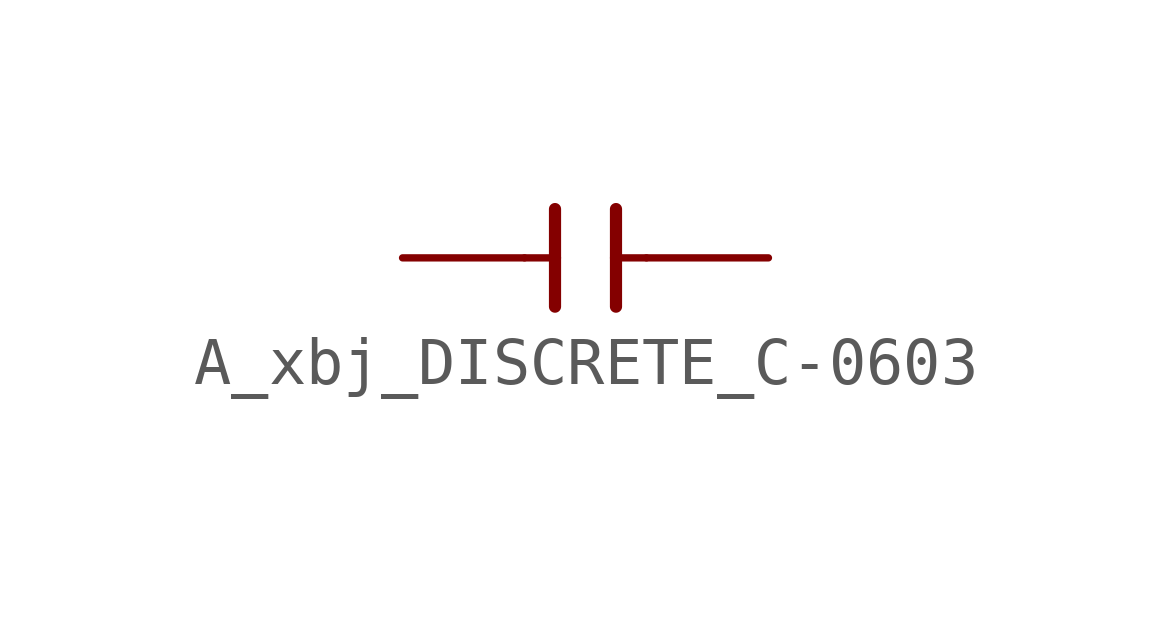
<source format=kicad_sym>
(kicad_symbol_lib
  (version 20231120)
  (generator "kicad_symbol_editor")
  (generator_version "8.0")
  (symbol "A_xbj_DISCRETE_C-0603"
    (property "Reference" "C"
      (at -3.81 2.54 0)
      (effects (font (size 1.27 1.079)) (justify left bottom) (hide yes)))
    (property "ki_locked" ""
      (at 0 0 0)
      (effects (font (size 1.27 1.27))))
    (symbol "A_xbj_DISCRETE_C-0603_1_0"
      (polyline (pts (xy -1.27 0) (xy -0.635 0)) (stroke (width 0.152) (type solid)) (fill (type none)))
      (polyline (pts (xy -0.635 -1.016) (xy -0.635 0)) (stroke (width 0.254) (type solid)) (fill (type none)))
      (polyline (pts (xy -0.635 0) (xy -0.635 1.016)) (stroke (width 0.254) (type solid)) (fill (type none)))
      (polyline (pts (xy 0.635 0) (xy 0.635 -1.016)) (stroke (width 0.254) (type solid)) (fill (type none)))
      (polyline (pts (xy 0.635 0) (xy 1.27 0)) (stroke (width 0.152) (type solid)) (fill (type none)))
      (polyline (pts (xy 0.635 1.016) (xy 0.635 0)) (stroke (width 0.254) (type solid)) (fill (type none)))
      (pin passive line (at -3.81 0 0) (length 2.54) (name "1" (effects (font (size 0 0)))) (number "1" (effects (font (size 0 0)))))
      (pin passive line (at 3.81 0 180) (length 2.54) (name "2" (effects (font (size 0 0)))) (number "2" (effects (font (size 0 0))))))))
</source>
